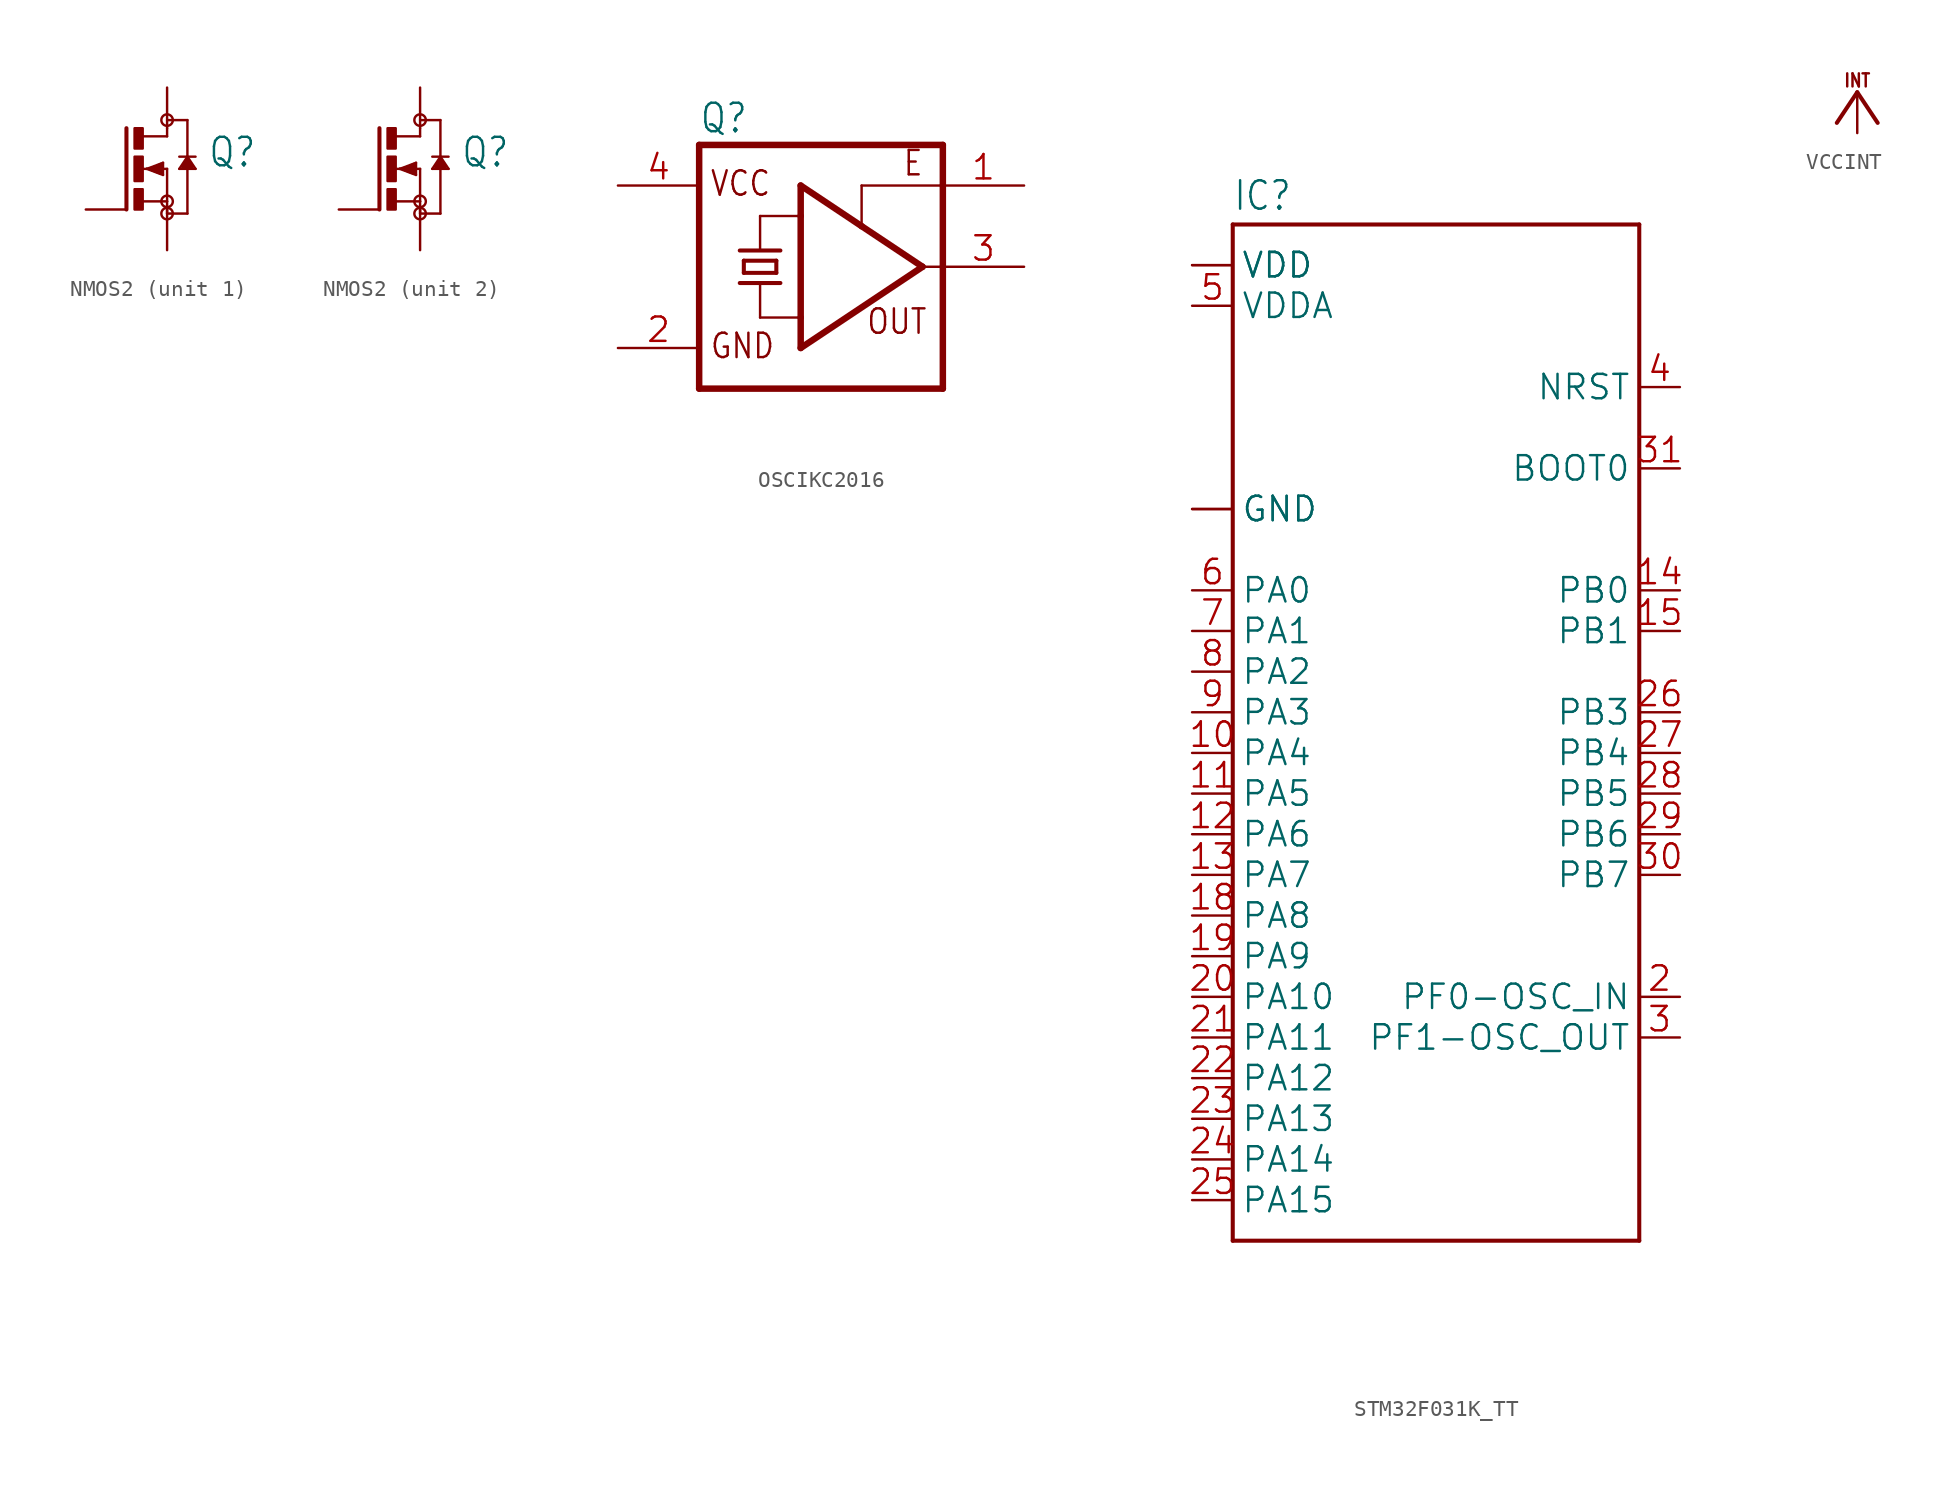
<source format=kicad_sym>
(kicad_symbol_lib
  (version 20241209)
  (generator "kicad_symbol_editor")
  (generator_version "9.0")
  (symbol "NMOS2"
    (property "Reference" "Q"
      (at 2.54 0 0)
      (effects (font (size 1.778 1.511)) (justify left bottom)))
    (property "Value" ""
      (at 2.54 -2.54 0)
      (effects (font (size 1.778 1.511)) (justify left bottom)))
    (property "ki_locked" ""
      (at 0 0 0)
      (effects (font (size 1.27 1.27))))
    (symbol "NMOS2_1_0"
      (polyline (pts (xy -2.54 2.54) (xy -2.54 -2.54)) (stroke (width 0.254) (type solid)) (fill (type none)))
      (rectangle (start -2.032 1.27) (end -1.524 2.54) (stroke (width 0) (type default)) (fill (type outline)))
      (rectangle (start -2.032 -0.762) (end -1.524 0.762) (stroke (width 0) (type default)) (fill (type outline)))
      (rectangle (start -2.032 -2.54) (end -1.524 -1.27) (stroke (width 0) (type default)) (fill (type outline)))
      (polyline (pts (xy -1.524 2.032) (xy 0 2.032)) (stroke (width 0.152) (type solid)) (fill (type none)))
      (polyline (pts (xy -1.524 0) (xy -1.27 0)) (stroke (width 0.152) (type solid)) (fill (type none)))
      (polyline (pts (xy -1.524 -2.032) (xy 0 -2.032)) (stroke (width 0.152) (type solid)) (fill (type none)))
      (polyline (pts (xy -1.27 0) (xy -1.016 0)) (stroke (width 0.152) (type solid)) (fill (type none)))
      (polyline (pts (xy -1.27 0) (xy -0.254 0.381)) (stroke (width 0.152) (type solid)) (fill (type none)))
      (polyline (pts (xy -1.016 0) (xy -0.889 0)) (stroke (width 0.152) (type solid)) (fill (type none)))
      (polyline (pts (xy -1.016 0) (xy -0.381 -0.254)) (stroke (width 0.254) (type solid)) (fill (type none)))
      (polyline (pts (xy -0.889 0) (xy 0 0)) (stroke (width 0.152) (type solid)) (fill (type none)))
      (polyline (pts (xy -0.381 0.254) (xy -0.889 0)) (stroke (width 0.254) (type solid)) (fill (type none)))
      (polyline (pts (xy -0.381 -0.254) (xy -0.381 0.254)) (stroke (width 0.254) (type solid)) (fill (type none)))
      (polyline (pts (xy -0.254 0.381) (xy -0.254 -0.381)) (stroke (width 0.152) (type solid)) (fill (type none)))
      (polyline (pts (xy -0.254 -0.381) (xy -1.27 0)) (stroke (width 0.152) (type solid)) (fill (type none)))
      (circle (center 0 3.048) (radius 0.359) (stroke (width 0) (type solid)) (fill (type none)))
      (polyline (pts (xy 0 3.048) (xy 1.27 3.048)) (stroke (width 0.152) (type solid)) (fill (type none)))
      (polyline (pts (xy 0 2.032) (xy 0 2.54)) (stroke (width 0.152) (type solid)) (fill (type none)))
      (polyline (pts (xy 0 0) (xy 0 -2.032)) (stroke (width 0.152) (type solid)) (fill (type none)))
      (polyline (pts (xy 0 -2.032) (xy 0 -2.794)) (stroke (width 0.152) (type solid)) (fill (type none)))
      (circle (center 0 -2.032) (radius 0.359) (stroke (width 0) (type solid)) (fill (type none)))
      (circle (center 0 -2.794) (radius 0.359) (stroke (width 0) (type solid)) (fill (type none)))
      (polyline (pts (xy 0.762 0) (xy 1.27 0.762)) (stroke (width 0.152) (type solid)) (fill (type none)))
      (polyline (pts (xy 1.016 0.127) (xy 1.524 0.127)) (stroke (width 0.254) (type solid)) (fill (type none)))
      (polyline (pts (xy 1.27 3.048) (xy 1.27 0.762)) (stroke (width 0.152) (type solid)) (fill (type none)))
      (polyline (pts (xy 1.27 0.762) (xy 1.27 0.508)) (stroke (width 0.152) (type solid)) (fill (type none)))
      (polyline (pts (xy 1.27 0.762) (xy 1.778 0)) (stroke (width 0.152) (type solid)) (fill (type none)))
      (polyline (pts (xy 1.27 0.508) (xy 1.016 0.127)) (stroke (width 0.254) (type solid)) (fill (type none)))
      (polyline (pts (xy 1.27 0.508) (xy 1.27 -2.794)) (stroke (width 0.152) (type solid)) (fill (type none)))
      (polyline (pts (xy 1.27 -2.794) (xy 0 -2.794)) (stroke (width 0.152) (type solid)) (fill (type none)))
      (polyline (pts (xy 1.524 0.127) (xy 1.27 0.508)) (stroke (width 0.254) (type solid)) (fill (type none)))
      (polyline (pts (xy 1.778 0.762) (xy 0.762 0.762)) (stroke (width 0.152) (type solid)) (fill (type none)))
      (polyline (pts (xy 1.778 0) (xy 0.762 0)) (stroke (width 0.152) (type solid)) (fill (type none)))
      (pin passive line (at -5.08 -2.54 0) (length 2.54) (name "G" (effects (font (size 0 0)))) (number "5" (effects (font (size 0 0)))))
      (pin passive line (at 0 5.08 270) (length 2.54) (name "D" (effects (font (size 0 0)))) (number "3" (effects (font (size 0 0)))))
      (pin passive line (at 0 -5.08 90) (length 2.54) (name "S" (effects (font (size 0 0)))) (number "4" (effects (font (size 0 0))))))
    (symbol "NMOS2_2_0"
      (polyline (pts (xy -2.54 2.54) (xy -2.54 -2.54)) (stroke (width 0.254) (type solid)) (fill (type none)))
      (rectangle (start -2.032 1.27) (end -1.524 2.54) (stroke (width 0) (type default)) (fill (type outline)))
      (rectangle (start -2.032 -0.762) (end -1.524 0.762) (stroke (width 0) (type default)) (fill (type outline)))
      (rectangle (start -2.032 -2.54) (end -1.524 -1.27) (stroke (width 0) (type default)) (fill (type outline)))
      (polyline (pts (xy -1.524 2.032) (xy 0 2.032)) (stroke (width 0.152) (type solid)) (fill (type none)))
      (polyline (pts (xy -1.524 0) (xy -1.27 0)) (stroke (width 0.152) (type solid)) (fill (type none)))
      (polyline (pts (xy -1.524 -2.032) (xy 0 -2.032)) (stroke (width 0.152) (type solid)) (fill (type none)))
      (polyline (pts (xy -1.27 0) (xy -1.016 0)) (stroke (width 0.152) (type solid)) (fill (type none)))
      (polyline (pts (xy -1.27 0) (xy -0.254 0.381)) (stroke (width 0.152) (type solid)) (fill (type none)))
      (polyline (pts (xy -1.016 0) (xy -0.889 0)) (stroke (width 0.152) (type solid)) (fill (type none)))
      (polyline (pts (xy -1.016 0) (xy -0.381 -0.254)) (stroke (width 0.254) (type solid)) (fill (type none)))
      (polyline (pts (xy -0.889 0) (xy 0 0)) (stroke (width 0.152) (type solid)) (fill (type none)))
      (polyline (pts (xy -0.381 0.254) (xy -0.889 0)) (stroke (width 0.254) (type solid)) (fill (type none)))
      (polyline (pts (xy -0.381 -0.254) (xy -0.381 0.254)) (stroke (width 0.254) (type solid)) (fill (type none)))
      (polyline (pts (xy -0.254 0.381) (xy -0.254 -0.381)) (stroke (width 0.152) (type solid)) (fill (type none)))
      (polyline (pts (xy -0.254 -0.381) (xy -1.27 0)) (stroke (width 0.152) (type solid)) (fill (type none)))
      (circle (center 0 3.048) (radius 0.359) (stroke (width 0) (type solid)) (fill (type none)))
      (polyline (pts (xy 0 3.048) (xy 1.27 3.048)) (stroke (width 0.152) (type solid)) (fill (type none)))
      (polyline (pts (xy 0 2.032) (xy 0 2.54)) (stroke (width 0.152) (type solid)) (fill (type none)))
      (polyline (pts (xy 0 0) (xy 0 -2.032)) (stroke (width 0.152) (type solid)) (fill (type none)))
      (polyline (pts (xy 0 -2.032) (xy 0 -2.794)) (stroke (width 0.152) (type solid)) (fill (type none)))
      (circle (center 0 -2.032) (radius 0.359) (stroke (width 0) (type solid)) (fill (type none)))
      (circle (center 0 -2.794) (radius 0.359) (stroke (width 0) (type solid)) (fill (type none)))
      (polyline (pts (xy 0.762 0) (xy 1.27 0.762)) (stroke (width 0.152) (type solid)) (fill (type none)))
      (polyline (pts (xy 1.016 0.127) (xy 1.524 0.127)) (stroke (width 0.254) (type solid)) (fill (type none)))
      (polyline (pts (xy 1.27 3.048) (xy 1.27 0.762)) (stroke (width 0.152) (type solid)) (fill (type none)))
      (polyline (pts (xy 1.27 0.762) (xy 1.27 0.508)) (stroke (width 0.152) (type solid)) (fill (type none)))
      (polyline (pts (xy 1.27 0.762) (xy 1.778 0)) (stroke (width 0.152) (type solid)) (fill (type none)))
      (polyline (pts (xy 1.27 0.508) (xy 1.016 0.127)) (stroke (width 0.254) (type solid)) (fill (type none)))
      (polyline (pts (xy 1.27 0.508) (xy 1.27 -2.794)) (stroke (width 0.152) (type solid)) (fill (type none)))
      (polyline (pts (xy 1.27 -2.794) (xy 0 -2.794)) (stroke (width 0.152) (type solid)) (fill (type none)))
      (polyline (pts (xy 1.524 0.127) (xy 1.27 0.508)) (stroke (width 0.254) (type solid)) (fill (type none)))
      (polyline (pts (xy 1.778 0.762) (xy 0.762 0.762)) (stroke (width 0.152) (type solid)) (fill (type none)))
      (polyline (pts (xy 1.778 0) (xy 0.762 0)) (stroke (width 0.152) (type solid)) (fill (type none)))
      (pin passive line (at -5.08 -2.54 0) (length 2.54) (name "G" (effects (font (size 0 0)))) (number "2" (effects (font (size 0 0)))))
      (pin passive line (at 0 5.08 270) (length 2.54) (name "D" (effects (font (size 0 0)))) (number "6" (effects (font (size 0 0)))))
      (pin passive line (at 0 -5.08 90) (length 2.54) (name "S" (effects (font (size 0 0)))) (number "1" (effects (font (size 0 0)))))))
  (symbol "OSCIKC2016"
    (property "Reference" "Q"
      (at -7.62 8.255 0)
      (effects (font (size 1.778 1.511)) (justify left bottom)))
    (property "Value" ""
      (at -7.62 -10.16 0)
      (effects (font (size 1.778 1.511)) (justify left bottom)))
    (property "ki_locked" ""
      (at 0 0 0)
      (effects (font (size 1.27 1.27))))
    (symbol "OSCIKC2016_1_0"
      (polyline (pts (xy -7.62 7.62) (xy -7.62 -7.62)) (stroke (width 0.406) (type solid)) (fill (type none)))
      (polyline (pts (xy -7.62 7.62) (xy 7.62 7.62)) (stroke (width 0.406) (type solid)) (fill (type none)))
      (polyline (pts (xy -5.08 1.016) (xy -2.54 1.016)) (stroke (width 0.254) (type solid)) (fill (type none)))
      (polyline (pts (xy -5.08 -1.016) (xy -3.81 -1.016)) (stroke (width 0.254) (type solid)) (fill (type none)))
      (polyline (pts (xy -4.826 0.381) (xy -2.794 0.381)) (stroke (width 0.254) (type solid)) (fill (type none)))
      (polyline (pts (xy -4.826 -0.381) (xy -4.826 0.381)) (stroke (width 0.254) (type solid)) (fill (type none)))
      (polyline (pts (xy -4.826 -0.381) (xy -2.794 -0.381)) (stroke (width 0.254) (type solid)) (fill (type none)))
      (polyline (pts (xy -3.81 3.175) (xy -1.27 3.175)) (stroke (width 0.152) (type solid)) (fill (type none)))
      (polyline (pts (xy -3.81 1.016) (xy -3.81 3.175)) (stroke (width 0.152) (type solid)) (fill (type none)))
      (polyline (pts (xy -3.81 -1.016) (xy -2.54 -1.016)) (stroke (width 0.254) (type solid)) (fill (type none)))
      (polyline (pts (xy -3.81 -3.175) (xy -3.81 -1.016)) (stroke (width 0.152) (type solid)) (fill (type none)))
      (polyline (pts (xy -3.81 -3.175) (xy -1.27 -3.175)) (stroke (width 0.152) (type solid)) (fill (type none)))
      (polyline (pts (xy -2.794 0.381) (xy -2.794 -0.381)) (stroke (width 0.254) (type solid)) (fill (type none)))
      (polyline (pts (xy -1.27 5.08) (xy 2.54 2.54)) (stroke (width 0.406) (type solid)) (fill (type none)))
      (polyline (pts (xy -1.27 3.175) (xy -1.27 5.08)) (stroke (width 0.406) (type solid)) (fill (type none)))
      (polyline (pts (xy -1.27 -3.175) (xy -1.27 3.175)) (stroke (width 0.406) (type solid)) (fill (type none)))
      (polyline (pts (xy -1.27 -5.08) (xy -1.27 -3.175)) (stroke (width 0.406) (type solid)) (fill (type none)))
      (polyline (pts (xy 2.54 5.08) (xy 2.54 2.54)) (stroke (width 0.152) (type solid)) (fill (type none)))
      (polyline (pts (xy 2.54 2.54) (xy 6.35 0)) (stroke (width 0.406) (type solid)) (fill (type none)))
      (polyline (pts (xy 6.35 0) (xy -1.27 -5.08)) (stroke (width 0.406) (type solid)) (fill (type none)))
      (polyline (pts (xy 6.35 0) (xy 7.62 0)) (stroke (width 0.152) (type solid)) (fill (type none)))
      (polyline (pts (xy 7.62 5.08) (xy 2.54 5.08)) (stroke (width 0.152) (type solid)) (fill (type none)))
      (polyline (pts (xy 7.62 5.08) (xy 7.62 7.62)) (stroke (width 0.406) (type solid)) (fill (type none)))
      (polyline (pts (xy 7.62 0) (xy 7.62 5.08)) (stroke (width 0.406) (type solid)) (fill (type none)))
      (polyline (pts (xy 7.62 -7.62) (xy -7.62 -7.62)) (stroke (width 0.406) (type solid)) (fill (type none)))
      (polyline (pts (xy 7.62 -7.62) (xy 7.62 0)) (stroke (width 0.406) (type solid)) (fill (type none)))
      (text "VCC" (at -6.985 4.318 0) (effects (font (size 1.524 1.295)) (justify left bottom)))
      (text "GND" (at -6.985 -5.842 0) (effects (font (size 1.524 1.295)) (justify left bottom)))
      (text "OUT" (at 2.794 -4.318 0) (effects (font (size 1.524 1.295)) (justify left bottom)))
      (text "E" (at 5.08 5.588 0) (effects (font (size 1.524 1.295)) (justify left bottom)))
      (pin power_in line (at -12.7 5.08 0) (length 5.08) (name "VCC" (effects (font (size 0 0)))) (number "4" (effects (font (size 1.524 1.524)))))
      (pin power_in line (at -12.7 -5.08 0) (length 5.08) (name "GND" (effects (font (size 0 0)))) (number "2" (effects (font (size 1.524 1.524)))))
      (pin input line (at 12.7 5.08 180) (length 5.08) (name "OE" (effects (font (size 0 0)))) (number "1" (effects (font (size 1.524 1.524)))))
      (pin output line (at 12.7 0 180) (length 5.08) (name "FO" (effects (font (size 0 0)))) (number "3" (effects (font (size 1.524 1.524)))))))
  (symbol "STM32F031K_TT"
    (property "Reference" "IC"
      (at -12.7 28.702 0)
      (effects (font (size 1.778 1.511)) (justify left bottom)))
    (property "Value" ""
      (at -12.7 -38.1 0)
      (effects (font (size 1.778 1.511)) (justify left bottom)))
    (property "ki_locked" ""
      (at 0 0 0)
      (effects (font (size 1.27 1.27))))
    (symbol "STM32F031K_TT_1_0"
      (polyline (pts (xy -12.7 27.94) (xy 12.7 27.94)) (stroke (width 0.254) (type solid)) (fill (type none)))
      (polyline (pts (xy -12.7 -35.56) (xy -12.7 27.94)) (stroke (width 0.254) (type solid)) (fill (type none)))
      (polyline (pts (xy 12.7 27.94) (xy 12.7 -35.56)) (stroke (width 0.254) (type solid)) (fill (type none)))
      (polyline (pts (xy 12.7 -35.56) (xy -12.7 -35.56)) (stroke (width 0.254) (type solid)) (fill (type none)))
      (pin bidirectional line (at -15.24 25.4 0) (length 2.54) (name "VDD" (effects (font (size 1.524 1.524)))) (number "1" (effects (font (size 0 0)))))
      (pin bidirectional line (at -15.24 25.4 0) (length 2.54) (name "VDD" (effects (font (size 1.524 1.524)))) (number "17" (effects (font (size 0 0)))))
      (pin bidirectional line (at -15.24 22.86 0) (length 2.54) (name "VDDA" (effects (font (size 1.524 1.524)))) (number "5" (effects (font (size 1.524 1.524)))))
      (pin bidirectional line (at -15.24 10.16 0) (length 2.54) (name "GND" (effects (font (size 1.524 1.524)))) (number "16" (effects (font (size 0 0)))))
      (pin bidirectional line (at -15.24 10.16 0) (length 2.54) (name "GND" (effects (font (size 1.524 1.524)))) (number "32" (effects (font (size 0 0)))))
      (pin bidirectional line (at -15.24 5.08 0) (length 2.54) (name "PA0" (effects (font (size 1.524 1.524)))) (number "6" (effects (font (size 1.524 1.524)))))
      (pin bidirectional line (at -15.24 2.54 0) (length 2.54) (name "PA1" (effects (font (size 1.524 1.524)))) (number "7" (effects (font (size 1.524 1.524)))))
      (pin bidirectional line (at -15.24 0 0) (length 2.54) (name "PA2" (effects (font (size 1.524 1.524)))) (number "8" (effects (font (size 1.524 1.524)))))
      (pin bidirectional line (at -15.24 -2.54 0) (length 2.54) (name "PA3" (effects (font (size 1.524 1.524)))) (number "9" (effects (font (size 1.524 1.524)))))
      (pin bidirectional line (at -15.24 -5.08 0) (length 2.54) (name "PA4" (effects (font (size 1.524 1.524)))) (number "10" (effects (font (size 1.524 1.524)))))
      (pin bidirectional line (at -15.24 -7.62 0) (length 2.54) (name "PA5" (effects (font (size 1.524 1.524)))) (number "11" (effects (font (size 1.524 1.524)))))
      (pin bidirectional line (at -15.24 -10.16 0) (length 2.54) (name "PA6" (effects (font (size 1.524 1.524)))) (number "12" (effects (font (size 1.524 1.524)))))
      (pin bidirectional line (at -15.24 -12.7 0) (length 2.54) (name "PA7" (effects (font (size 1.524 1.524)))) (number "13" (effects (font (size 1.524 1.524)))))
      (pin bidirectional line (at -15.24 -15.24 0) (length 2.54) (name "PA8" (effects (font (size 1.524 1.524)))) (number "18" (effects (font (size 1.524 1.524)))))
      (pin bidirectional line (at -15.24 -17.78 0) (length 2.54) (name "PA9" (effects (font (size 1.524 1.524)))) (number "19" (effects (font (size 1.524 1.524)))))
      (pin bidirectional line (at -15.24 -20.32 0) (length 2.54) (name "PA10" (effects (font (size 1.524 1.524)))) (number "20" (effects (font (size 1.524 1.524)))))
      (pin bidirectional line (at -15.24 -22.86 0) (length 2.54) (name "PA11" (effects (font (size 1.524 1.524)))) (number "21" (effects (font (size 1.524 1.524)))))
      (pin bidirectional line (at -15.24 -25.4 0) (length 2.54) (name "PA12" (effects (font (size 1.524 1.524)))) (number "22" (effects (font (size 1.524 1.524)))))
      (pin bidirectional line (at -15.24 -27.94 0) (length 2.54) (name "PA13" (effects (font (size 1.524 1.524)))) (number "23" (effects (font (size 1.524 1.524)))))
      (pin bidirectional line (at -15.24 -30.48 0) (length 2.54) (name "PA14" (effects (font (size 1.524 1.524)))) (number "24" (effects (font (size 1.524 1.524)))))
      (pin bidirectional line (at -15.24 -33.02 0) (length 2.54) (name "PA15" (effects (font (size 1.524 1.524)))) (number "25" (effects (font (size 1.524 1.524)))))
      (pin bidirectional line (at 15.24 17.78 180) (length 2.54) (name "NRST" (effects (font (size 1.524 1.524)))) (number "4" (effects (font (size 1.524 1.524)))))
      (pin bidirectional line (at 15.24 12.7 180) (length 2.54) (name "BOOT0" (effects (font (size 1.524 1.524)))) (number "31" (effects (font (size 1.524 1.524)))))
      (pin bidirectional line (at 15.24 5.08 180) (length 2.54) (name "PB0" (effects (font (size 1.524 1.524)))) (number "14" (effects (font (size 1.524 1.524)))))
      (pin bidirectional line (at 15.24 2.54 180) (length 2.54) (name "PB1" (effects (font (size 1.524 1.524)))) (number "15" (effects (font (size 1.524 1.524)))))
      (pin bidirectional line (at 15.24 -2.54 180) (length 2.54) (name "PB3" (effects (font (size 1.524 1.524)))) (number "26" (effects (font (size 1.524 1.524)))))
      (pin bidirectional line (at 15.24 -5.08 180) (length 2.54) (name "PB4" (effects (font (size 1.524 1.524)))) (number "27" (effects (font (size 1.524 1.524)))))
      (pin bidirectional line (at 15.24 -7.62 180) (length 2.54) (name "PB5" (effects (font (size 1.524 1.524)))) (number "28" (effects (font (size 1.524 1.524)))))
      (pin bidirectional line (at 15.24 -10.16 180) (length 2.54) (name "PB6" (effects (font (size 1.524 1.524)))) (number "29" (effects (font (size 1.524 1.524)))))
      (pin bidirectional line (at 15.24 -12.7 180) (length 2.54) (name "PB7" (effects (font (size 1.524 1.524)))) (number "30" (effects (font (size 1.524 1.524)))))
      (pin bidirectional line (at 15.24 -20.32 180) (length 2.54) (name "PF0-OSC_IN" (effects (font (size 1.524 1.524)))) (number "2" (effects (font (size 1.524 1.524)))))
      (pin bidirectional line (at 15.24 -22.86 180) (length 2.54) (name "PF1-OSC_OUT" (effects (font (size 1.524 1.524)))) (number "3" (effects (font (size 1.524 1.524)))))))
  (symbol "VCCINT"
    (power)
    (property "Reference" "#VCC"
      (at 0 0 0)
      (effects (font (size 1.27 1.27)) (hide yes)))
    (property "Value" ""
      (at -2.54 -2.54 90)
      (effects (font (size 1.778 1.511)) (justify left bottom)))
    (property "ki_locked" ""
      (at 0 0 0)
      (effects (font (size 1.27 1.27))))
    (symbol "VCCINT_1_0"
      (polyline (pts (xy 0 0) (xy -1.27 -1.905)) (stroke (width 0.254) (type solid)) (fill (type none)))
      (polyline (pts (xy 1.27 -1.905) (xy 0 0)) (stroke (width 0.254) (type solid)) (fill (type none)))
      (text "INT" (at -0.889 0.254 0) (effects (font (size 0.813 0.691)) (justify left bottom)))
      (pin power_in line (at 0 -2.54 90) (length 2.54) (name "VCCINT" (effects (font (size 0 0)))) (number "1" (effects (font (size 0 0))))))))
</source>
